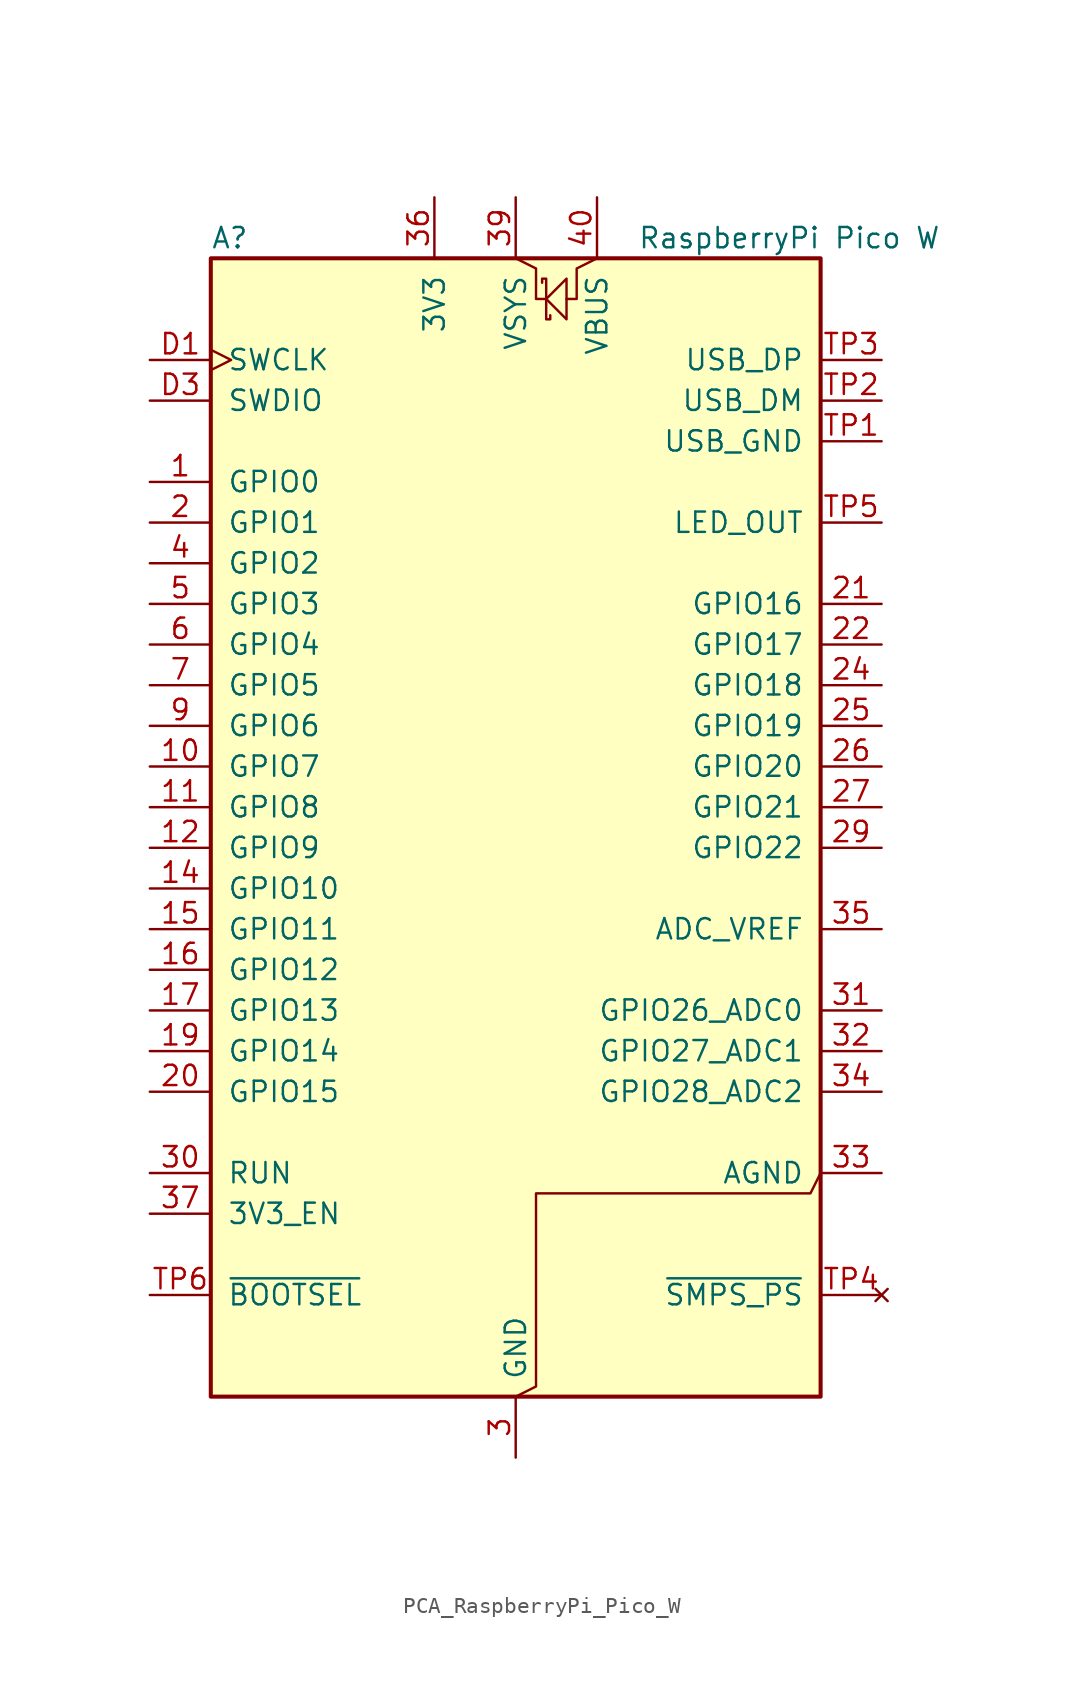
<source format=kicad_sym>
(kicad_symbol_lib
  (version 20231120)
  (generator "kicad_symbol_editor")
  (generator_version "8.0")
  (symbol "PCA_RaspberryPi_Pico_W"
    (pin_names
      (offset 1.016))
    (property "Reference" "A"
      (at -19.05 38.1 0)
      (effects (font (size 1.27 1.27)) (justify left)))
    (property "Value" "RaspberryPi Pico W"
      (at 7.62 38.1 0)
      (effects (font (size 1.27 1.27)) (justify left)))
    (symbol "PCA_RaspberryPi_Pico_W_0_1"
      (rectangle (start -19.05 36.83) (end 19.05 -34.29) (stroke (width 0.254) (type default)) (fill (type background)))
      (polyline (pts (xy 0 36.83) (xy 1.27 36.195) (xy 1.27 34.29) (xy 1.905 34.29)) (stroke (width 0) (type default)) (fill (type none)))
      (polyline (pts (xy 1.905 34.29) (xy 3.175 35.56) (xy 3.175 33.02) (xy 1.905 34.29)) (stroke (width 0) (type default)) (fill (type none)))
      (polyline (pts (xy 5.08 36.83) (xy 3.81 36.195) (xy 3.81 34.29) (xy 3.175 34.29)) (stroke (width 0) (type default)) (fill (type none)))
      (polyline (pts (xy 0 -34.29) (xy 1.27 -33.655) (xy 1.27 -21.59) (xy 18.415 -21.59) (xy 19.05 -20.32)) (stroke (width 0) (type default)) (fill (type none)))
      (polyline (pts (xy 1.651 35.306) (xy 1.651 35.56) (xy 1.905 35.56) (xy 1.905 33.02) (xy 2.159 33.02) (xy 2.159 33.274)) (stroke (width 0) (type default)) (fill (type none))))
    (symbol "PCA_RaspberryPi_Pico_W_1_1"
      (pin bidirectional line (at -22.86 22.86 0) (length 3.81) (name "GPIO0" (effects (font (size 1.27 1.27)))) (number "1" (effects (font (size 1.27 1.27)))) (alternate "I2C0_SDA" bidirectional line) (alternate "PWM0_A" output line) (alternate "SPI0_RX" input line) (alternate "UART0_TX" output line) (alternate "USB_OVCUR_DET" input line))
      (pin bidirectional line (at -22.86 5.08 0) (length 3.81) (name "GPIO7" (effects (font (size 1.27 1.27)))) (number "10" (effects (font (size 1.27 1.27)))) (alternate "I2C1_SCL" bidirectional clock) (alternate "PWM3_B" bidirectional line) (alternate "SPI0_TX" output line) (alternate "UART1_RTS" output line) (alternate "USB_VBUS_DET" input line))
      (pin bidirectional line (at -22.86 2.54 0) (length 3.81) (name "GPIO8" (effects (font (size 1.27 1.27)))) (number "11" (effects (font (size 1.27 1.27)))) (alternate "I2C0_SDA" bidirectional line) (alternate "PWM4_A" output line) (alternate "SPI1_RX" input line) (alternate "UART1_TX" output line) (alternate "USB_VBUS_EN" output line))
      (pin bidirectional line (at -22.86 0 0) (length 3.81) (name "GPIO9" (effects (font (size 1.27 1.27)))) (number "12" (effects (font (size 1.27 1.27)))) (alternate "I2C0_SCL" bidirectional clock) (alternate "PWM4_B" bidirectional line) (alternate "UART1_RX" input line) (alternate "USB_OVCUR_DET" input line) (alternate "~{SPI1_CSn}" bidirectional line))
      (pin passive line (at 0 -38.1 90) (length 3.81) hide (name "GND" (effects (font (size 1.27 1.27)))) (number "13" (effects (font (size 1.27 1.27)))))
      (pin bidirectional line (at -22.86 -2.54 0) (length 3.81) (name "GPIO10" (effects (font (size 1.27 1.27)))) (number "14" (effects (font (size 1.27 1.27)))) (alternate "I2C1_SDA" bidirectional line) (alternate "PWM5_A" output line) (alternate "SPI1_SCK" bidirectional clock) (alternate "UART1_CTS" input line) (alternate "USB_VBUS_DET" input line))
      (pin bidirectional line (at -22.86 -5.08 0) (length 3.81) (name "GPIO11" (effects (font (size 1.27 1.27)))) (number "15" (effects (font (size 1.27 1.27)))) (alternate "I2C1_SCL" bidirectional clock) (alternate "PWM5_B" bidirectional line) (alternate "SPI1_TX" output line) (alternate "UART1_RTS" output line) (alternate "USB_VBUS_EN" output line))
      (pin bidirectional line (at -22.86 -7.62 0) (length 3.81) (name "GPIO12" (effects (font (size 1.27 1.27)))) (number "16" (effects (font (size 1.27 1.27)))) (alternate "I2C0_SDA" bidirectional line) (alternate "PWM6_A" output line) (alternate "SPI1_RX" input line) (alternate "UART0_TX" output line) (alternate "USB_OVCUR_DET" input line))
      (pin bidirectional line (at -22.86 -10.16 0) (length 3.81) (name "GPIO13" (effects (font (size 1.27 1.27)))) (number "17" (effects (font (size 1.27 1.27)))) (alternate "I2C0_SCL" bidirectional clock) (alternate "PWM6_B" bidirectional line) (alternate "UART0_RX" input line) (alternate "USB_VBUS_DET" input line) (alternate "~{SPI1_CSn}" bidirectional line))
      (pin passive line (at 0 -38.1 90) (length 3.81) hide (name "GND" (effects (font (size 1.27 1.27)))) (number "18" (effects (font (size 1.27 1.27)))))
      (pin bidirectional line (at -22.86 -12.7 0) (length 3.81) (name "GPIO14" (effects (font (size 1.27 1.27)))) (number "19" (effects (font (size 1.27 1.27)))) (alternate "I2C1_SDA" bidirectional line) (alternate "PWM7_A" output line) (alternate "SPI1_SCK" bidirectional clock) (alternate "UART0_CTS" input line) (alternate "USB_VBUS_EN" output line))
      (pin bidirectional line (at -22.86 20.32 0) (length 3.81) (name "GPIO1" (effects (font (size 1.27 1.27)))) (number "2" (effects (font (size 1.27 1.27)))) (alternate "I2C0_SCL" bidirectional clock) (alternate "PWM0_B" bidirectional line) (alternate "UART0_RX" input line) (alternate "USB_VBUS_DET" passive line) (alternate "~{SPI0_CSn}" bidirectional line))
      (pin bidirectional line (at -22.86 -15.24 0) (length 3.81) (name "GPIO15" (effects (font (size 1.27 1.27)))) (number "20" (effects (font (size 1.27 1.27)))) (alternate "I2C1_SCL" bidirectional clock) (alternate "PWM7_B" bidirectional line) (alternate "SPI1_TX" output line) (alternate "UART0_RTS" output line) (alternate "USB_OVCUR_DET" input line))
      (pin bidirectional line (at 22.86 15.24 180) (length 3.81) (name "GPIO16" (effects (font (size 1.27 1.27)))) (number "21" (effects (font (size 1.27 1.27)))) (alternate "I2C0_SDA" bidirectional line) (alternate "PWM0_A" output line) (alternate "SPI0_RX" input line) (alternate "UART0_TX" output line) (alternate "USB_VBUS_DET" input line))
      (pin bidirectional line (at 22.86 12.7 180) (length 3.81) (name "GPIO17" (effects (font (size 1.27 1.27)))) (number "22" (effects (font (size 1.27 1.27)))) (alternate "I2C0_SCL" bidirectional clock) (alternate "PWM0_B" bidirectional line) (alternate "UART0_RX" input line) (alternate "USB_VBUS_EN" output line) (alternate "~{SPI0_CSn}" bidirectional line))
      (pin passive line (at 0 -38.1 90) (length 3.81) hide (name "GND" (effects (font (size 1.27 1.27)))) (number "23" (effects (font (size 1.27 1.27)))))
      (pin bidirectional line (at 22.86 10.16 180) (length 3.81) (name "GPIO18" (effects (font (size 1.27 1.27)))) (number "24" (effects (font (size 1.27 1.27)))) (alternate "I2C1_SDA" bidirectional line) (alternate "PWM1_A" output line) (alternate "SPI0_SCK" bidirectional clock) (alternate "UART0_CTS" input line) (alternate "USB_OVCUR_DET" input line))
      (pin bidirectional line (at 22.86 7.62 180) (length 3.81) (name "GPIO19" (effects (font (size 1.27 1.27)))) (number "25" (effects (font (size 1.27 1.27)))) (alternate "I2C1_SCL" bidirectional clock) (alternate "PWM1_B" bidirectional line) (alternate "SPI0_TX" output line) (alternate "UART0_RTS" output line) (alternate "USB_VBUS_DET" input line))
      (pin bidirectional line (at 22.86 5.08 180) (length 3.81) (name "GPIO20" (effects (font (size 1.27 1.27)))) (number "26" (effects (font (size 1.27 1.27)))) (alternate "CLOCK_GPIN0" input clock) (alternate "I2C0_SDA" bidirectional line) (alternate "PWM2_A" output line) (alternate "SPI0_RX" input line) (alternate "UART1_TX" output line) (alternate "USB_VBUS_EN" output line))
      (pin bidirectional line (at 22.86 2.54 180) (length 3.81) (name "GPIO21" (effects (font (size 1.27 1.27)))) (number "27" (effects (font (size 1.27 1.27)))) (alternate "CLOCK_GPOUT0" output clock) (alternate "I2C0_SCL" bidirectional clock) (alternate "PWM2_B" bidirectional line) (alternate "UART1_RX" input line) (alternate "USB_OVCUR_DET" input line) (alternate "~{SPI0_CSn}" bidirectional line))
      (pin passive line (at 0 -38.1 90) (length 3.81) hide (name "GND" (effects (font (size 1.27 1.27)))) (number "28" (effects (font (size 1.27 1.27)))))
      (pin bidirectional line (at 22.86 0 180) (length 3.81) (name "GPIO22" (effects (font (size 1.27 1.27)))) (number "29" (effects (font (size 1.27 1.27)))) (alternate "CLOCK_GPIN1" input clock) (alternate "I2C1_SDA" bidirectional line) (alternate "PWM3_A" output line) (alternate "SPI0_SCK" bidirectional clock) (alternate "UART1_CTS" input line) (alternate "USB_VBUS_DET" input line))
      (pin power_out line (at 0 -38.1 90) (length 3.81) (name "GND" (effects (font (size 1.27 1.27)))) (number "3" (effects (font (size 1.27 1.27)))) (alternate "GND_IN" power_in line))
      (pin input line (at -22.86 -20.32 0) (length 3.81) (name "RUN" (effects (font (size 1.27 1.27)))) (number "30" (effects (font (size 1.27 1.27)))) (alternate "~{RESET}" input line))
      (pin bidirectional line (at 22.86 -10.16 180) (length 3.81) (name "GPIO26_ADC0" (effects (font (size 1.27 1.27)))) (number "31" (effects (font (size 1.27 1.27)))) (alternate "ADC0" input line) (alternate "GPIO26" bidirectional line) (alternate "I2C1_SDA" bidirectional line) (alternate "PWM5_A" output line) (alternate "SPI1_SCK" bidirectional clock) (alternate "UART1_CTS" input line) (alternate "USB_VBUS_EN" output line))
      (pin bidirectional line (at 22.86 -12.7 180) (length 3.81) (name "GPIO27_ADC1" (effects (font (size 1.27 1.27)))) (number "32" (effects (font (size 1.27 1.27)))) (alternate "ADC1" input line) (alternate "GPIO27" bidirectional line) (alternate "I2C1_SCL" bidirectional clock) (alternate "PWM5_B" bidirectional line) (alternate "SPI1_TX" output line) (alternate "UART1_RTS" output line) (alternate "USB_OVCUR_DET" input line))
      (pin power_out line (at 22.86 -20.32 180) (length 3.81) (name "AGND" (effects (font (size 1.27 1.27)))) (number "33" (effects (font (size 1.27 1.27)))) (alternate "GND" passive line))
      (pin bidirectional line (at 22.86 -15.24 180) (length 3.81) (name "GPIO28_ADC2" (effects (font (size 1.27 1.27)))) (number "34" (effects (font (size 1.27 1.27)))) (alternate "ADC2" input line) (alternate "GPIO28" bidirectional line) (alternate "I2C0_SDA" bidirectional line) (alternate "PWM6_A" output line) (alternate "SPI1_RX" input line) (alternate "UART0_TX" output line) (alternate "USB_VBUS_DET" input line))
      (pin power_in line (at 22.86 -5.08 180) (length 3.81) (name "ADC_VREF" (effects (font (size 1.27 1.27)))) (number "35" (effects (font (size 1.27 1.27)))))
      (pin power_out line (at -5.08 40.64 270) (length 3.81) (name "3V3" (effects (font (size 1.27 1.27)))) (number "36" (effects (font (size 1.27 1.27)))))
      (pin input line (at -22.86 -22.86 0) (length 3.81) (name "3V3_EN" (effects (font (size 1.27 1.27)))) (number "37" (effects (font (size 1.27 1.27)))) (alternate "~{3V3_DISABLE}" input line))
      (pin passive line (at 0 -38.1 90) (length 3.81) hide (name "GND" (effects (font (size 1.27 1.27)))) (number "38" (effects (font (size 1.27 1.27)))))
      (pin power_in line (at 0 40.64 270) (length 3.81) (name "VSYS" (effects (font (size 1.27 1.27)))) (number "39" (effects (font (size 1.27 1.27)))) (alternate "VSYS_IN" power_in line) (alternate "VSYS_OUT" power_out line))
      (pin bidirectional line (at -22.86 17.78 0) (length 3.81) (name "GPIO2" (effects (font (size 1.27 1.27)))) (number "4" (effects (font (size 1.27 1.27)))) (alternate "I2C1_SDA" bidirectional line) (alternate "PWM1_A" output line) (alternate "SPI0_SCK" bidirectional clock) (alternate "UART0_CTS" input line) (alternate "USB_VBUS_DET" input line))
      (pin power_out line (at 5.08 40.64 270) (length 3.81) (name "VBUS" (effects (font (size 1.27 1.27)))) (number "40" (effects (font (size 1.27 1.27)))) (alternate "VBUS_HOST" power_in line))
      (pin bidirectional line (at -22.86 15.24 0) (length 3.81) (name "GPIO3" (effects (font (size 1.27 1.27)))) (number "5" (effects (font (size 1.27 1.27)))) (alternate "I2C1_SCL" bidirectional clock) (alternate "PWM1_B" bidirectional line) (alternate "SPI0_TX" output line) (alternate "UART0_RTS" output line) (alternate "USB_OVCUR_DET" input line))
      (pin bidirectional line (at -22.86 12.7 0) (length 3.81) (name "GPIO4" (effects (font (size 1.27 1.27)))) (number "6" (effects (font (size 1.27 1.27)))) (alternate "I2C0_SDA" bidirectional line) (alternate "PWM2_A" output line) (alternate "SPI0_RX" input line) (alternate "UART1_TX" output line) (alternate "USB_VBUS_DET" input line))
      (pin bidirectional line (at -22.86 10.16 0) (length 3.81) (name "GPIO5" (effects (font (size 1.27 1.27)))) (number "7" (effects (font (size 1.27 1.27)))) (alternate "I2C0_SCL" bidirectional clock) (alternate "PWM2_B" bidirectional line) (alternate "UART1_RX" input line) (alternate "USB_VBUS_EN" output line) (alternate "~{SPI0_CSn}" bidirectional line))
      (pin passive line (at 0 -38.1 90) (length 3.81) hide (name "GND" (effects (font (size 1.27 1.27)))) (number "8" (effects (font (size 1.27 1.27)))))
      (pin bidirectional line (at -22.86 7.62 0) (length 3.81) (name "GPIO6" (effects (font (size 1.27 1.27)))) (number "9" (effects (font (size 1.27 1.27)))) (alternate "I2C1_SDA" bidirectional line) (alternate "PWM3_A" output line) (alternate "SPI0_SCK" bidirectional clock) (alternate "UART1_CTS" input line) (alternate "USB_OVCUR_DET" input line))
      (pin input clock (at -22.86 30.48 0) (length 3.81) (name "SWCLK" (effects (font (size 1.27 1.27)))) (number "D1" (effects (font (size 1.27 1.27)))))
      (pin passive line (at 0 -38.1 90) (length 3.81) hide (name "GND" (effects (font (size 1.27 1.27)))) (number "D2" (effects (font (size 1.27 1.27)))))
      (pin bidirectional line (at -22.86 27.94 0) (length 3.81) (name "SWDIO" (effects (font (size 1.27 1.27)))) (number "D3" (effects (font (size 1.27 1.27)))))
      (pin power_out line (at 22.86 25.4 180) (length 3.81) (name "USB_GND" (effects (font (size 1.27 1.27)))) (number "TP1" (effects (font (size 1.27 1.27)))) (alternate "USB_HOST_GND" power_in line))
      (pin bidirectional line (at 22.86 27.94 180) (length 3.81) (name "USB_DM" (effects (font (size 1.27 1.27)))) (number "TP2" (effects (font (size 1.27 1.27)))))
      (pin bidirectional line (at 22.86 30.48 180) (length 3.81) (name "USB_DP" (effects (font (size 1.27 1.27)))) (number "TP3" (effects (font (size 1.27 1.27)))))
      (pin no_connect line (at 22.86 -27.94 180) (length 3.81) (name "~{SMPS_PS}" (effects (font (size 1.27 1.27)))) (number "TP4" (effects (font (size 1.27 1.27)))) (alternate "GPIO23_UNSAFE" output line) (alternate "~{SMPS_PS_UNSAFE}" output line))
      (pin output line (at 22.86 20.32 180) (length 3.81) (name "LED_OUT" (effects (font (size 1.27 1.27)))) (number "TP5" (effects (font (size 1.27 1.27)))))
      (pin input line (at -22.86 -27.94 0) (length 3.81) (name "~{BOOTSEL}" (effects (font (size 1.27 1.27)))) (number "TP6" (effects (font (size 1.27 1.27))))))))
</source>
